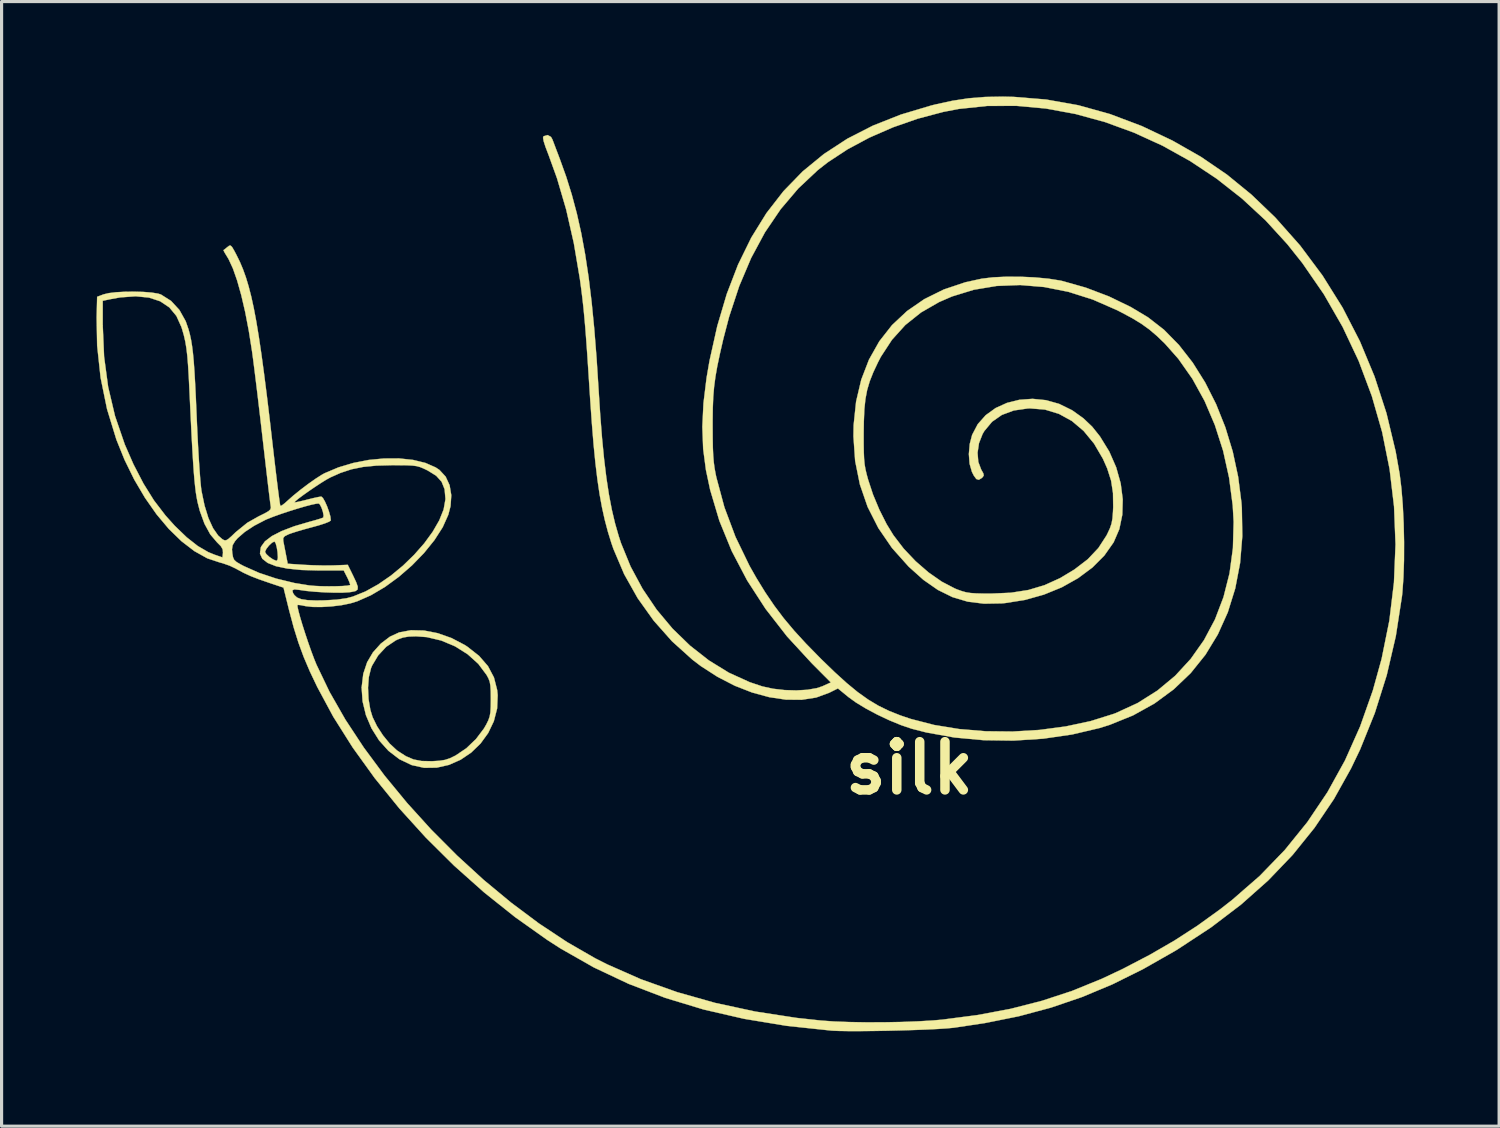
<source format=kicad_pcb>
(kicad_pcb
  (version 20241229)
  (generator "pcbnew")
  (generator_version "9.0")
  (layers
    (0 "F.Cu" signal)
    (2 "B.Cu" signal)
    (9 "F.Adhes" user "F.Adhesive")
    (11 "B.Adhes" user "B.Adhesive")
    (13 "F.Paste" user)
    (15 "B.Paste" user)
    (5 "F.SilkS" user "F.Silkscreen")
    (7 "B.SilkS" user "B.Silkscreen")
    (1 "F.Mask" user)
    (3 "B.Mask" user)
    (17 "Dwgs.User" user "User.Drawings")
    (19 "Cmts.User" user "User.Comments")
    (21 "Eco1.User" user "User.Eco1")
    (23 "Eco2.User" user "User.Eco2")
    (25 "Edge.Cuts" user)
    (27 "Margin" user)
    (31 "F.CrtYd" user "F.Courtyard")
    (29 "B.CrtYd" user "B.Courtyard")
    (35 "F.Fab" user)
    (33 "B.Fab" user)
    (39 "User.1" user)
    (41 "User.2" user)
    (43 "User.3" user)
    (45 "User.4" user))
  (footprint "silk"
    (layer "F.Cu")
    (at 25.7 21.233)
    (property "Reference" "silk" (at 0 0 0) (layer "F.SilkS") (effects (font (size 1.524 1.524) (thickness 0.3))))
    (attr through_hole)
    (fp_poly (pts (xy -15.345 -4.349) (xy -14.911 -4.265) (xy -14.475 -4.111) (xy -14.056 -3.891) (xy -13.98 -3.842) (xy -13.604 -3.547) (xy -13.323 -3.223) (xy -13.134 -2.865) (xy -13.032 -2.466) (xy -13.016 -2.307) (xy -13.034 -1.884) (xy -13.138 -1.482) (xy -13.316 -1.11) (xy -13.558 -0.777) (xy -13.852 -0.492) (xy -14.189 -0.264) (xy -14.556 -0.102) (xy -14.944 -0.014) (xy -15.341 -0.009) (xy -15.733 -0.095) (xy -16.123 -0.281) (xy -16.47 -0.547) (xy -16.766 -0.877) (xy -17.005 -1.258) (xy -17.181 -1.673) (xy -17.287 -2.109) (xy -17.317 -2.541) (xy -17.115 -2.541) (xy -17.099 -2.184) (xy -17.042 -1.842) (xy -16.972 -1.614) (xy -16.832 -1.326) (xy -16.642 -1.034) (xy -16.426 -0.769) (xy -16.207 -0.566) (xy -16.178 -0.544) (xy -15.915 -0.375) (xy -15.676 -0.273) (xy -15.42 -0.224) (xy -15.109 -0.218) (xy -15.088 -0.218) (xy -14.853 -0.232) (xy -14.68 -0.26) (xy -14.525 -0.311) (xy -14.349 -0.397) (xy -14.34 -0.403) (xy -14.008 -0.626) (xy -13.701 -0.92) (xy -13.45 -1.252) (xy -13.378 -1.376) (xy -13.312 -1.51) (xy -13.27 -1.63) (xy -13.246 -1.763) (xy -13.236 -1.94) (xy -13.233 -2.184) (xy -13.236 -2.432) (xy -13.246 -2.604) (xy -13.268 -2.731) (xy -13.308 -2.837) (xy -13.368 -2.947) (xy -13.63 -3.297) (xy -13.968 -3.601) (xy -14.364 -3.85) (xy -14.8 -4.033) (xy -15.256 -4.141) (xy -15.595 -4.166) (xy -15.831 -4.158) (xy -16.009 -4.128) (xy -16.176 -4.068) (xy -16.245 -4.034) (xy -16.541 -3.835) (xy -16.795 -3.562) (xy -16.986 -3.242) (xy -17.021 -3.157) (xy -17.09 -2.877) (xy -17.115 -2.541) (xy -17.317 -2.541) (xy -17.317 -2.55) (xy -17.265 -2.982) (xy -17.143 -3.347) (xy -16.959 -3.659) (xy -16.711 -3.935) (xy -16.422 -4.155) (xy -16.129 -4.29) (xy -15.757 -4.359) (xy -15.345 -4.349)) (stroke (width 0.01) (type solid)) (fill yes) (layer "F.SilkS"))
    (fp_poly (pts (xy 3.301 -21.22) (xy 4.321 -21.137) (xy 5.334 -20.957) (xy 6.342 -20.677) (xy 7.349 -20.297) (xy 8.315 -19.839) (xy 9.212 -19.328) (xy 10.038 -18.764) (xy 10.814 -18.13) (xy 11.562 -17.412) (xy 11.564 -17.41) (xy 12.353 -16.521) (xy 13.063 -15.569) (xy 13.694 -14.559) (xy 14.242 -13.494) (xy 14.706 -12.378) (xy 15.083 -11.217) (xy 15.372 -10.014) (xy 15.499 -9.297) (xy 15.555 -8.841) (xy 15.598 -8.313) (xy 15.626 -7.74) (xy 15.639 -7.149) (xy 15.637 -6.569) (xy 15.619 -6.026) (xy 15.585 -5.549) (xy 15.573 -5.436) (xy 15.378 -4.171) (xy 15.091 -2.938) (xy 14.714 -1.742) (xy 14.25 -0.591) (xy 13.96 0.014) (xy 13.421 0.979) (xy 12.807 1.888) (xy 12.116 2.745) (xy 11.343 3.552) (xy 10.485 4.314) (xy 9.539 5.034) (xy 8.501 5.716) (xy 8.382 5.789) (xy 7.392 6.352) (xy 6.425 6.833) (xy 5.459 7.237) (xy 4.477 7.572) (xy 3.459 7.845) (xy 2.385 8.061) (xy 1.397 8.209) (xy 1.192 8.228) (xy 0.903 8.247) (xy 0.549 8.265) (xy 0.148 8.28) (xy -0.281 8.293) (xy -0.722 8.304) (xy -1.154 8.311) (xy -1.561 8.315) (xy -1.923 8.315) (xy -2.223 8.31) (xy -2.443 8.301) (xy -2.464 8.299) (xy -3.878 8.149) (xy -5.223 7.927) (xy -6.501 7.633) (xy -7.718 7.264) (xy -8.875 6.821) (xy -9.977 6.301) (xy -11.028 5.703) (xy -11.455 5.428) (xy -12.467 4.71) (xy -13.449 3.926) (xy -14.393 3.085) (xy -15.288 2.197) (xy -16.127 1.272) (xy -16.9 0.32) (xy -17.599 -0.65) (xy -18.215 -1.626) (xy -18.72 -2.565) (xy -18.957 -3.063) (xy -19.151 -3.519) (xy -19.315 -3.966) (xy -19.463 -4.44) (xy -19.606 -4.975) (xy -19.631 -5.076) (xy -19.787 -5.706) (xy -20.218 -5.85) (xy -20.553 -5.966) (xy -20.82 -6.069) (xy -21.047 -6.173) (xy -21.265 -6.29) (xy -21.29 -6.305) (xy -21.488 -6.399) (xy -21.711 -6.477) (xy -21.793 -6.498) (xy -22.196 -6.632) (xy -22.605 -6.86) (xy -23.013 -7.173) (xy -23.414 -7.563) (xy -23.801 -8.024) (xy -24.167 -8.547) (xy -24.507 -9.124) (xy -24.813 -9.748) (xy -25.071 -10.387) (xy -25.366 -11.349) (xy -25.57 -12.345) (xy -25.679 -13.357) (xy -25.695 -14.244) (xy -25.682 -14.774) (xy -25.502 -14.774) (xy -25.502 -14.003) (xy -25.459 -13.004) (xy -25.331 -12.051) (xy -25.114 -11.132) (xy -24.806 -10.234) (xy -24.532 -9.607) (xy -24.215 -8.996) (xy -23.883 -8.463) (xy -23.517 -7.985) (xy -23.223 -7.658) (xy -22.846 -7.295) (xy -22.496 -7.02) (xy -22.166 -6.828) (xy -21.971 -6.748) (xy -21.717 -6.661) (xy -21.701 -6.808) (xy -21.709 -6.914) (xy -21.71 -6.916) (xy -21.416 -6.916) (xy -21.405 -6.788) (xy -21.384 -6.668) (xy -21.348 -6.585) (xy -21.274 -6.517) (xy -21.142 -6.439) (xy -21.037 -6.384) (xy -20.56 -6.172) (xy -20.017 -5.991) (xy -19.44 -5.851) (xy -18.974 -5.775) (xy -18.8 -5.76) (xy -18.587 -5.75) (xy -18.355 -5.747) (xy -18.127 -5.749) (xy -17.925 -5.756) (xy -17.771 -5.768) (xy -17.687 -5.785) (xy -17.678 -5.793) (xy -17.7 -5.868) (xy -17.754 -5.993) (xy -17.781 -6.047) (xy -17.884 -6.248) (xy -18.673 -6.248) (xy -19.215 -6.263) (xy -19.666 -6.308) (xy -20.024 -6.383) (xy -20.288 -6.487) (xy -20.457 -6.619) (xy -20.531 -6.78) (xy -20.524 -6.834) (xy -20.371 -6.834) (xy -20.331 -6.766) (xy -20.236 -6.678) (xy -20.121 -6.599) (xy -20.021 -6.556) (xy -20.003 -6.553) (xy -19.973 -6.596) (xy -19.965 -6.668) (xy -19.976 -6.832) (xy -20.002 -6.99) (xy -20.036 -7.11) (xy -20.072 -7.163) (xy -20.075 -7.163) (xy -20.152 -7.125) (xy -20.248 -7.035) (xy -20.331 -6.928) (xy -20.371 -6.839) (xy -20.371 -6.834) (xy -20.524 -6.834) (xy -20.507 -6.968) (xy -20.495 -7) (xy -20.373 -7.169) (xy -20.24 -7.27) (xy -19.797 -7.27) (xy -19.794 -7.179) (xy -19.793 -7.173) (xy -19.768 -7.046) (xy -19.733 -6.867) (xy -19.71 -6.748) (xy -19.654 -6.461) (xy -19.136 -6.426) (xy -18.852 -6.413) (xy -18.545 -6.406) (xy -18.268 -6.407) (xy -18.186 -6.409) (xy -17.755 -6.426) (xy -17.593 -6.096) (xy -17.491 -5.88) (xy -17.44 -5.736) (xy -17.444 -5.648) (xy -17.508 -5.598) (xy -17.634 -5.57) (xy -17.713 -5.559) (xy -17.911 -5.547) (xy -18.178 -5.546) (xy -18.482 -5.556) (xy -18.79 -5.575) (xy -19.07 -5.602) (xy -19.291 -5.634) (xy -19.443 -5.65) (xy -19.507 -5.618) (xy -19.486 -5.535) (xy -19.444 -5.47) (xy -19.358 -5.392) (xy -19.225 -5.34) (xy -19.03 -5.31) (xy -18.76 -5.299) (xy -18.491 -5.303) (xy -18.102 -5.326) (xy -17.793 -5.37) (xy -17.596 -5.422) (xy -17.196 -5.584) (xy -16.791 -5.81) (xy -16.392 -6.085) (xy -16.009 -6.401) (xy -15.655 -6.745) (xy -15.338 -7.105) (xy -15.071 -7.471) (xy -14.863 -7.832) (xy -14.725 -8.175) (xy -14.669 -8.489) (xy -14.668 -8.52) (xy -14.694 -8.817) (xy -14.788 -9.052) (xy -14.96 -9.242) (xy -15.222 -9.405) (xy -15.237 -9.413) (xy -15.365 -9.474) (xy -15.472 -9.518) (xy -15.579 -9.547) (xy -15.708 -9.564) (xy -15.878 -9.573) (xy -16.113 -9.575) (xy -16.357 -9.576) (xy -16.849 -9.563) (xy -17.268 -9.522) (xy -17.638 -9.447) (xy -17.984 -9.333) (xy -18.303 -9.191) (xy -18.432 -9.12) (xy -18.6 -9.016) (xy -18.79 -8.891) (xy -18.983 -8.76) (xy -19.163 -8.632) (xy -19.311 -8.522) (xy -19.41 -8.44) (xy -19.441 -8.401) (xy -19.441 -8.4) (xy -19.389 -8.406) (xy -19.264 -8.432) (xy -19.09 -8.474) (xy -19.048 -8.485) (xy -18.856 -8.533) (xy -18.696 -8.568) (xy -18.599 -8.584) (xy -18.592 -8.584) (xy -18.542 -8.54) (xy -18.477 -8.427) (xy -18.408 -8.272) (xy -18.348 -8.104) (xy -18.305 -7.951) (xy -18.293 -7.843) (xy -18.296 -7.824) (xy -18.351 -7.788) (xy -18.484 -7.735) (xy -18.674 -7.674) (xy -18.874 -7.619) (xy -19.121 -7.552) (xy -19.351 -7.485) (xy -19.535 -7.426) (xy -19.625 -7.393) (xy -19.748 -7.332) (xy -19.797 -7.27) (xy -20.24 -7.27) (xy -20.155 -7.335) (xy -19.843 -7.495) (xy -19.444 -7.647) (xy -18.974 -7.785) (xy -18.782 -7.838) (xy -18.629 -7.884) (xy -18.54 -7.916) (xy -18.531 -7.922) (xy -18.52 -7.987) (xy -18.542 -8.104) (xy -18.585 -8.232) (xy -18.636 -8.332) (xy -18.669 -8.364) (xy -18.746 -8.36) (xy -18.899 -8.328) (xy -19.109 -8.273) (xy -19.354 -8.201) (xy -19.617 -8.119) (xy -19.877 -8.032) (xy -20.114 -7.947) (xy -20.308 -7.87) (xy -20.362 -7.846) (xy -20.713 -7.663) (xy -21.012 -7.466) (xy -21.239 -7.269) (xy -21.323 -7.17) (xy -21.396 -7.046) (xy -21.416 -6.916) (xy -21.71 -6.916) (xy -21.768 -7.016) (xy -21.891 -7.14) (xy -22.102 -7.389) (xy -22.285 -7.724) (xy -22.434 -8.134) (xy -22.504 -8.407) (xy -22.531 -8.547) (xy -22.557 -8.705) (xy -22.58 -8.891) (xy -22.603 -9.114) (xy -22.625 -9.382) (xy -22.647 -9.706) (xy -22.67 -10.092) (xy -22.695 -10.551) (xy -22.721 -11.092) (xy -22.751 -11.723) (xy -22.76 -11.913) (xy -22.782 -12.364) (xy -22.804 -12.73) (xy -22.828 -13.028) (xy -22.857 -13.274) (xy -22.892 -13.485) (xy -22.936 -13.677) (xy -22.99 -13.867) (xy -23.015 -13.946) (xy -23.173 -14.294) (xy -23.396 -14.564) (xy -23.685 -14.758) (xy -24.039 -14.875) (xy -24.46 -14.916) (xy -24.948 -14.881) (xy -25.26 -14.825) (xy -25.502 -14.774) (xy -25.682 -14.774) (xy -25.679 -14.9) (xy -25.476 -14.977) (xy -25.313 -15.016) (xy -25.08 -15.044) (xy -24.803 -15.059) (xy -24.505 -15.062) (xy -24.215 -15.054) (xy -23.956 -15.033) (xy -23.755 -15.001) (xy -23.662 -14.972) (xy -23.341 -14.769) (xy -23.079 -14.485) (xy -22.879 -14.127) (xy -22.789 -13.868) (xy -22.746 -13.706) (xy -22.709 -13.534) (xy -22.678 -13.342) (xy -22.65 -13.118) (xy -22.625 -12.851) (xy -22.602 -12.529) (xy -22.58 -12.141) (xy -22.557 -11.676) (xy -22.533 -11.122) (xy -22.53 -11.049) (xy -22.51 -10.605) (xy -22.488 -10.173) (xy -22.464 -9.769) (xy -22.44 -9.409) (xy -22.417 -9.107) (xy -22.395 -8.879) (xy -22.38 -8.763) (xy -22.284 -8.302) (xy -22.162 -7.906) (xy -22.016 -7.586) (xy -21.852 -7.351) (xy -21.724 -7.239) (xy -21.662 -7.204) (xy -21.605 -7.201) (xy -21.535 -7.24) (xy -21.431 -7.331) (xy -21.299 -7.458) (xy -20.932 -7.756) (xy -20.58 -7.955) (xy -20.384 -8.052) (xy -20.263 -8.121) (xy -20.203 -8.177) (xy -20.186 -8.233) (xy -20.192 -8.28) (xy -20.203 -8.358) (xy -20.224 -8.524) (xy -20.254 -8.769) (xy -20.291 -9.079) (xy -20.334 -9.445) (xy -20.381 -9.853) (xy -20.432 -10.294) (xy -20.449 -10.439) (xy -20.504 -10.917) (xy -20.56 -11.393) (xy -20.614 -11.85) (xy -20.666 -12.273) (xy -20.712 -12.644) (xy -20.751 -12.948) (xy -20.781 -13.169) (xy -20.783 -13.183) (xy -20.885 -13.828) (xy -20.999 -14.421) (xy -21.123 -14.953) (xy -21.253 -15.415) (xy -21.387 -15.797) (xy -21.523 -16.09) (xy -21.572 -16.172) (xy -21.644 -16.289) (xy -21.682 -16.363) (xy -21.683 -16.376) (xy -21.636 -16.411) (xy -21.559 -16.474) (xy -21.503 -16.516) (xy -21.459 -16.519) (xy -21.411 -16.47) (xy -21.343 -16.354) (xy -21.272 -16.219) (xy -21.165 -16.001) (xy -21.067 -15.768) (xy -20.975 -15.512) (xy -20.889 -15.226) (xy -20.806 -14.903) (xy -20.726 -14.536) (xy -20.647 -14.117) (xy -20.568 -13.638) (xy -20.487 -13.093) (xy -20.403 -12.475) (xy -20.314 -11.775) (xy -20.219 -10.987) (xy -20.142 -10.316) (xy -20.091 -9.877) (xy -20.043 -9.469) (xy -19.999 -9.104) (xy -19.96 -8.793) (xy -19.928 -8.548) (xy -19.904 -8.378) (xy -19.889 -8.294) (xy -19.887 -8.288) (xy -19.839 -8.305) (xy -19.745 -8.376) (xy -19.671 -8.443) (xy -19.482 -8.611) (xy -19.251 -8.798) (xy -19.004 -8.985) (xy -18.768 -9.151) (xy -18.568 -9.278) (xy -18.492 -9.32) (xy -18.052 -9.506) (xy -17.58 -9.647) (xy -17.091 -9.742) (xy -16.603 -9.789) (xy -16.131 -9.79) (xy -15.692 -9.743) (xy -15.301 -9.648) (xy -14.976 -9.505) (xy -14.856 -9.425) (xy -14.661 -9.214) (xy -14.536 -8.943) (xy -14.483 -8.627) (xy -14.506 -8.283) (xy -14.577 -8.01) (xy -14.755 -7.614) (xy -15.017 -7.206) (xy -15.346 -6.799) (xy -15.726 -6.408) (xy -16.143 -6.046) (xy -16.581 -5.726) (xy -17.025 -5.464) (xy -17.458 -5.273) (xy -17.676 -5.207) (xy -17.955 -5.15) (xy -18.268 -5.112) (xy -18.582 -5.093) (xy -18.866 -5.095) (xy -19.086 -5.12) (xy -19.099 -5.123) (xy -19.238 -5.151) (xy -19.329 -5.16) (xy -19.345 -5.157) (xy -19.344 -5.097) (xy -19.313 -4.959) (xy -19.259 -4.76) (xy -19.186 -4.517) (xy -19.1 -4.249) (xy -19.007 -3.971) (xy -18.912 -3.701) (xy -18.821 -3.458) (xy -18.747 -3.275) (xy -18.333 -2.412) (xy -17.831 -1.533) (xy -17.248 -0.648) (xy -16.595 0.234) (xy -15.88 1.102) (xy -15.113 1.948) (xy -14.303 2.761) (xy -13.46 3.533) (xy -12.592 4.253) (xy -11.709 4.913) (xy -10.82 5.502) (xy -9.935 6.012) (xy -9.558 6.203) (xy -8.489 6.675) (xy -7.347 7.082) (xy -6.141 7.423) (xy -4.876 7.696) (xy -3.562 7.898) (xy -2.794 7.981) (xy -2.386 8.01) (xy -1.902 8.028) (xy -1.368 8.037) (xy -0.811 8.036) (xy -0.256 8.026) (xy 0.272 8.006) (xy 0.746 7.978) (xy 1.041 7.952) (xy 2.156 7.807) (xy 3.199 7.611) (xy 4.188 7.358) (xy 5.141 7.045) (xy 6.077 6.664) (xy 6.755 6.344) (xy 7.607 5.899) (xy 8.383 5.45) (xy 9.109 4.98) (xy 9.812 4.473) (xy 10.202 4.169) (xy 11.075 3.409) (xy 11.868 2.589) (xy 12.581 1.707) (xy 13.216 0.763) (xy 13.772 -0.244) (xy 14.25 -1.317) (xy 14.652 -2.455) (xy 14.929 -3.454) (xy 15.173 -4.659) (xy 15.319 -5.867) (xy 15.369 -7.072) (xy 15.322 -8.27) (xy 15.181 -9.455) (xy 14.947 -10.62) (xy 14.62 -11.761) (xy 14.204 -12.872) (xy 13.697 -13.947) (xy 13.103 -14.981) (xy 12.422 -15.968) (xy 11.95 -16.561) (xy 11.261 -17.315) (xy 10.514 -18.006) (xy 9.717 -18.632) (xy 8.878 -19.19) (xy 8.003 -19.677) (xy 7.102 -20.089) (xy 6.181 -20.425) (xy 5.249 -20.68) (xy 4.313 -20.852) (xy 3.381 -20.937) (xy 2.46 -20.934) (xy 1.559 -20.839) (xy 1.075 -20.746) (xy 0.267 -20.532) (xy -0.519 -20.258) (xy -1.266 -19.932) (xy -1.958 -19.561) (xy -2.577 -19.154) (xy -2.896 -18.905) (xy -3.514 -18.324) (xy -4.071 -17.668) (xy -4.567 -16.937) (xy -5.003 -16.127) (xy -5.38 -15.238) (xy -5.7 -14.267) (xy -5.884 -13.564) (xy -5.99 -13.102) (xy -6.072 -12.714) (xy -6.132 -12.373) (xy -6.174 -12.055) (xy -6.201 -11.736) (xy -6.215 -11.389) (xy -6.22 -10.99) (xy -6.22 -10.82) (xy -6.218 -10.433) (xy -6.213 -10.127) (xy -6.202 -9.881) (xy -6.185 -9.674) (xy -6.16 -9.486) (xy -6.125 -9.295) (xy -6.104 -9.195) (xy -5.849 -8.247) (xy -5.498 -7.31) (xy -5.055 -6.395) (xy -4.84 -6.016) (xy -4.556 -5.554) (xy -4.272 -5.135) (xy -3.973 -4.738) (xy -3.642 -4.343) (xy -3.263 -3.93) (xy -2.82 -3.478) (xy -2.787 -3.445) (xy -2.359 -3.031) (xy -1.98 -2.687) (xy -1.634 -2.402) (xy -1.306 -2.168) (xy -0.982 -1.973) (xy -0.646 -1.809) (xy -0.284 -1.665) (xy 0.042 -1.555) (xy 0.781 -1.364) (xy 1.577 -1.234) (xy 2.411 -1.165) (xy 3.263 -1.156) (xy 4.113 -1.207) (xy 4.941 -1.317) (xy 5.728 -1.485) (xy 6.452 -1.712) (xy 6.527 -1.74) (xy 7.216 -2.057) (xy 7.842 -2.452) (xy 8.402 -2.918) (xy 8.894 -3.452) (xy 9.314 -4.047) (xy 9.661 -4.7) (xy 9.93 -5.405) (xy 10.121 -6.158) (xy 10.228 -6.952) (xy 10.251 -7.784) (xy 10.222 -8.302) (xy 10.107 -9.182) (xy 9.918 -10.033) (xy 9.658 -10.844) (xy 9.333 -11.606) (xy 8.947 -12.307) (xy 8.503 -12.939) (xy 8.079 -13.418) (xy 7.826 -13.662) (xy 7.585 -13.867) (xy 7.332 -14.049) (xy 7.041 -14.226) (xy 6.687 -14.415) (xy 6.555 -14.482) (xy 5.795 -14.814) (xy 5.028 -15.057) (xy 4.261 -15.209) (xy 3.502 -15.272) (xy 2.759 -15.243) (xy 2.038 -15.123) (xy 1.348 -14.911) (xy 0.94 -14.734) (xy 0.368 -14.405) (xy -0.129 -14.008) (xy -0.551 -13.541) (xy -0.902 -13.004) (xy -0.994 -12.827) (xy -1.142 -12.513) (xy -1.254 -12.23) (xy -1.335 -11.956) (xy -1.39 -11.668) (xy -1.424 -11.343) (xy -1.44 -10.958) (xy -1.445 -10.592) (xy -1.445 -10.247) (xy -1.441 -9.982) (xy -1.432 -9.776) (xy -1.416 -9.606) (xy -1.39 -9.452) (xy -1.352 -9.291) (xy -1.306 -9.122) (xy -1.151 -8.651) (xy -0.95 -8.169) (xy -0.72 -7.713) (xy -0.506 -7.364) (xy -0.18 -6.938) (xy 0.197 -6.54) (xy 0.604 -6.187) (xy 1.024 -5.894) (xy 1.436 -5.679) (xy 1.521 -5.644) (xy 1.664 -5.593) (xy 1.796 -5.557) (xy 1.939 -5.535) (xy 2.119 -5.523) (xy 2.359 -5.517) (xy 2.591 -5.517) (xy 3.207 -5.544) (xy 3.76 -5.63) (xy 4.272 -5.783) (xy 4.766 -6.007) (xy 5.216 -6.278) (xy 5.64 -6.603) (xy 5.975 -6.958) (xy 6.232 -7.354) (xy 6.262 -7.414) (xy 6.34 -7.582) (xy 6.39 -7.729) (xy 6.42 -7.89) (xy 6.436 -8.098) (xy 6.443 -8.252) (xy 6.437 -8.695) (xy 6.377 -9.088) (xy 6.254 -9.474) (xy 6.118 -9.78) (xy 5.837 -10.26) (xy 5.509 -10.659) (xy 5.137 -10.974) (xy 4.728 -11.199) (xy 4.286 -11.334) (xy 3.818 -11.372) (xy 3.743 -11.37) (xy 3.3 -11.306) (xy 2.924 -11.166) (xy 2.614 -10.95) (xy 2.369 -10.656) (xy 2.312 -10.558) (xy 2.2 -10.272) (xy 2.155 -9.97) (xy 2.178 -9.681) (xy 2.269 -9.44) (xy 2.336 -9.321) (xy 2.351 -9.252) (xy 2.317 -9.199) (xy 2.285 -9.169) (xy 2.195 -9.115) (xy 2.116 -9.139) (xy 2.035 -9.25) (xy 1.977 -9.366) (xy 1.903 -9.622) (xy 1.88 -9.928) (xy 1.908 -10.247) (xy 1.983 -10.534) (xy 2.161 -10.873) (xy 2.413 -11.157) (xy 2.726 -11.383) (xy 3.086 -11.546) (xy 3.48 -11.644) (xy 3.894 -11.674) (xy 4.316 -11.632) (xy 4.733 -11.515) (xy 5.13 -11.32) (xy 5.16 -11.302) (xy 5.5 -11.059) (xy 5.778 -10.795) (xy 6.024 -10.487) (xy 6.318 -10.009) (xy 6.537 -9.51) (xy 6.68 -9.001) (xy 6.745 -8.497) (xy 6.731 -8.011) (xy 6.637 -7.555) (xy 6.459 -7.142) (xy 6.456 -7.136) (xy 6.163 -6.72) (xy 5.784 -6.34) (xy 5.332 -6.004) (xy 4.819 -5.716) (xy 4.256 -5.486) (xy 3.656 -5.317) (xy 3.031 -5.218) (xy 2.921 -5.208) (xy 2.359 -5.198) (xy 1.844 -5.262) (xy 1.361 -5.406) (xy 0.899 -5.634) (xy 0.444 -5.951) (xy -0.016 -6.363) (xy -0.028 -6.375) (xy -0.551 -6.961) (xy -0.982 -7.59) (xy -1.321 -8.259) (xy -1.565 -8.967) (xy -1.715 -9.71) (xy -1.769 -10.488) (xy -1.763 -10.843) (xy -1.685 -11.588) (xy -1.522 -12.28) (xy -1.277 -12.915) (xy -0.952 -13.491) (xy -0.55 -14.004) (xy -0.074 -14.45) (xy 0.473 -14.827) (xy 1.088 -15.131) (xy 1.768 -15.359) (xy 2.29 -15.473) (xy 2.641 -15.515) (xy 3.058 -15.535) (xy 3.511 -15.534) (xy 3.966 -15.513) (xy 4.394 -15.473) (xy 4.761 -15.415) (xy 4.831 -15.4) (xy 5.577 -15.189) (xy 6.31 -14.911) (xy 7.001 -14.576) (xy 7.542 -14.252) (xy 8.049 -13.858) (xy 8.522 -13.376) (xy 8.958 -12.817) (xy 9.351 -12.19) (xy 9.696 -11.506) (xy 9.988 -10.775) (xy 10.222 -10.007) (xy 10.393 -9.211) (xy 10.497 -8.399) (xy 10.51 -8.23) (xy 10.525 -7.335) (xy 10.455 -6.483) (xy 10.301 -5.679) (xy 10.066 -4.925) (xy 9.751 -4.226) (xy 9.36 -3.584) (xy 8.894 -3.004) (xy 8.355 -2.489) (xy 7.747 -2.042) (xy 7.07 -1.666) (xy 6.328 -1.366) (xy 6.016 -1.268) (xy 5.145 -1.063) (xy 4.23 -0.93) (xy 3.291 -0.869) (xy 2.349 -0.882) (xy 1.425 -0.967) (xy 0.539 -1.126) (xy 0.073 -1.245) (xy -0.261 -1.358) (xy -0.631 -1.51) (xy -1.012 -1.69) (xy -1.374 -1.883) (xy -1.692 -2.076) (xy -1.93 -2.248) (xy -2.26 -2.519) (xy -2.54 -2.38) (xy -2.947 -2.231) (xy -3.405 -2.16) (xy -3.902 -2.164) (xy -4.428 -2.242) (xy -4.97 -2.389) (xy -5.52 -2.604) (xy -6.064 -2.884) (xy -6.593 -3.225) (xy -6.862 -3.43) (xy -7.504 -4.009) (xy -8.083 -4.661) (xy -8.591 -5.373) (xy -9.018 -6.132) (xy -9.356 -6.927) (xy -9.42 -7.112) (xy -9.531 -7.471) (xy -9.629 -7.841) (xy -9.716 -8.232) (xy -9.794 -8.656) (xy -9.863 -9.123) (xy -9.926 -9.644) (xy -9.984 -10.231) (xy -10.038 -10.894) (xy -10.091 -11.644) (xy -10.108 -11.913) (xy -10.148 -12.533) (xy -10.183 -13.066) (xy -10.216 -13.523) (xy -10.246 -13.919) (xy -10.277 -14.267) (xy -10.307 -14.579) (xy -10.34 -14.87) (xy -10.375 -15.152) (xy -10.414 -15.439) (xy -10.418 -15.469) (xy -10.609 -16.596) (xy -10.851 -17.66) (xy -11.141 -18.648) (xy -11.402 -19.37) (xy -11.503 -19.635) (xy -11.562 -19.818) (xy -11.582 -19.928) (xy -11.566 -19.975) (xy -11.436 -20.013) (xy -11.331 -19.955) (xy -11.286 -19.875) (xy -11.245 -19.768) (xy -11.18 -19.595) (xy -11.099 -19.383) (xy -11.05 -19.253) (xy -10.85 -18.696) (xy -10.672 -18.126) (xy -10.514 -17.534) (xy -10.374 -16.91) (xy -10.251 -16.243) (xy -10.142 -15.523) (xy -10.047 -14.742) (xy -9.963 -13.888) (xy -9.889 -12.951) (xy -9.829 -12.014) (xy -9.775 -11.178) (xy -9.717 -10.433) (xy -9.652 -9.769) (xy -9.58 -9.178) (xy -9.499 -8.648) (xy -9.408 -8.171) (xy -9.305 -7.735) (xy -9.189 -7.332) (xy -9.117 -7.112) (xy -8.813 -6.37) (xy -8.435 -5.667) (xy -7.991 -5.01) (xy -7.488 -4.409) (xy -6.934 -3.871) (xy -6.338 -3.404) (xy -5.708 -3.016) (xy -5.051 -2.717) (xy -4.647 -2.582) (xy -4.312 -2.509) (xy -3.946 -2.467) (xy -3.575 -2.456) (xy -3.226 -2.476) (xy -2.927 -2.528) (xy -2.753 -2.586) (xy -2.483 -2.708) (xy -3.094 -3.322) (xy -3.868 -4.163) (xy -4.547 -5.035) (xy -5.13 -5.935) (xy -5.617 -6.863) (xy -6.007 -7.817) (xy -6.299 -8.797) (xy -6.432 -9.423) (xy -6.52 -10.092) (xy -6.546 -10.792) (xy -6.51 -11.537) (xy -6.412 -12.34) (xy -6.319 -12.878) (xy -6.074 -13.975) (xy -5.774 -14.988) (xy -5.416 -15.919) (xy -4.999 -16.77) (xy -4.521 -17.543) (xy -3.98 -18.24) (xy -3.374 -18.864) (xy -2.702 -19.415) (xy -1.961 -19.898) (xy -1.151 -20.312) (xy -0.268 -20.661) (xy 0.689 -20.947) (xy 0.825 -20.981) (xy 1.363 -21.098) (xy 1.874 -21.176) (xy 2.393 -21.218) (xy 2.955 -21.228) (xy 3.301 -21.22)) (stroke (width 0.01) (type solid)) (fill yes) (layer "F.SilkS")))
  (gr_rect
    (start -3 -3)
    (end 44.344 32.553)
    (stroke (width 0.1) (type default))
    (fill no)
    (layer "Edge.Cuts")))
</source>
